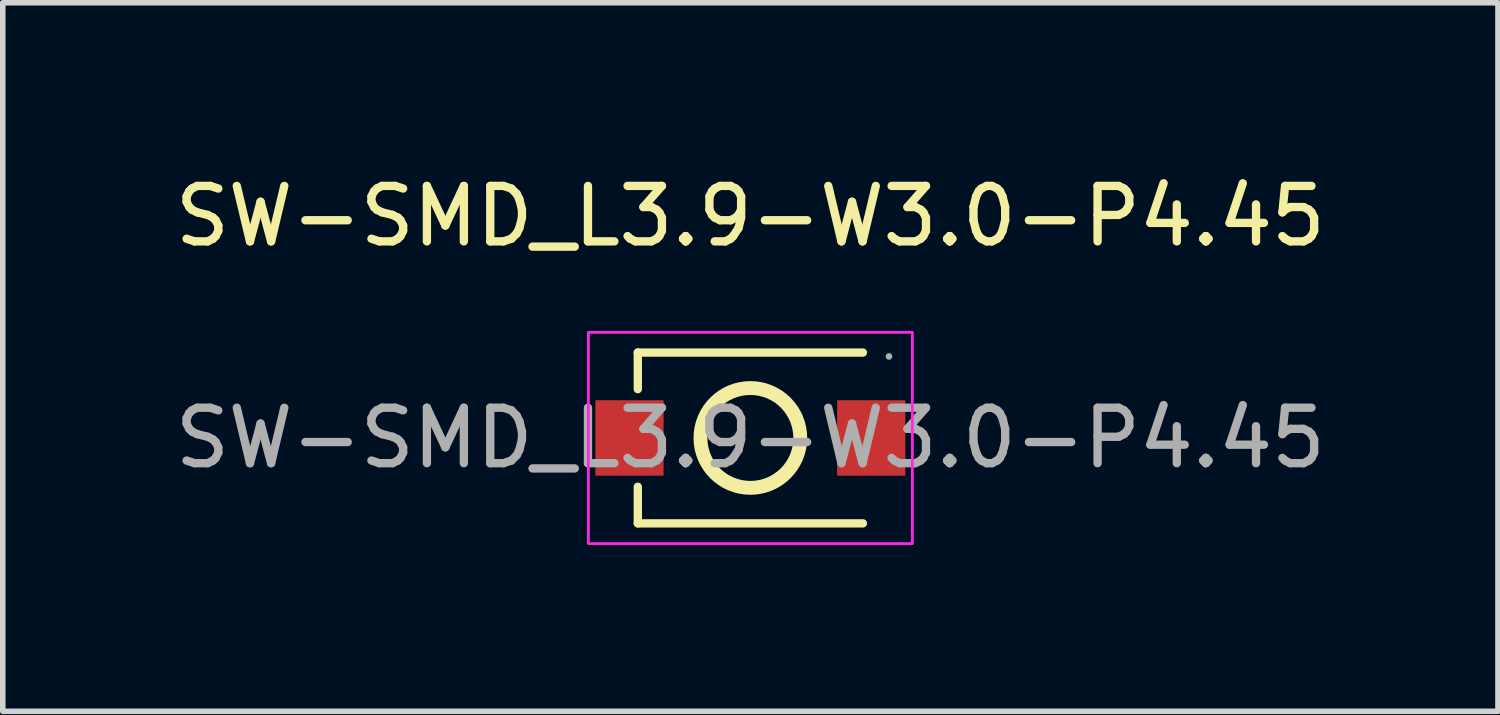
<source format=kicad_pcb>
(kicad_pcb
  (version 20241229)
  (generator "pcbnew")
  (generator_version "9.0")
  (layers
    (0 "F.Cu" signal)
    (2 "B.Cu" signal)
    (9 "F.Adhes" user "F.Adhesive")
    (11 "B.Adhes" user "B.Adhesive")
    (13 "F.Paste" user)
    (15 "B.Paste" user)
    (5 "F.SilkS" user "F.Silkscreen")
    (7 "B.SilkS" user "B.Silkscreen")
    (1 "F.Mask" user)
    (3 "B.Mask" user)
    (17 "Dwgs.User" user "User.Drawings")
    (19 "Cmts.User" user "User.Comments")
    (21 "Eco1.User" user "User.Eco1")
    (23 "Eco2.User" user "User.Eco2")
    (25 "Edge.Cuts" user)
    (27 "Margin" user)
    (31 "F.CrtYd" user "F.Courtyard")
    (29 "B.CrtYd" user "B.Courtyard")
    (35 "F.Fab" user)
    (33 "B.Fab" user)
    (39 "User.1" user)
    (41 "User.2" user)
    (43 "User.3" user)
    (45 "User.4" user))
  (footprint "SW-SMD_L3.9-W3.0-P4.45"
    (layer "F.Cu")
    (at 10.482 4.848)
    (property "Reference" "SW-SMD_L3.9-W3.0-P4.45" (at 0 -4 0) (layer "F.SilkS") (effects (font (size 1 1) (thickness 0.15))))
    (attr smd)
    (fp_line (start -2.03 -1.54) (end -2.03 -0.88) (stroke (width 0.15) (type solid)) (layer "F.SilkS"))
    (fp_line (start -2.03 1.54) (end -2.03 0.88) (stroke (width 0.15) (type solid)) (layer "F.SilkS"))
    (fp_line (start 2.03 -1.54) (end -2.03 -1.54) (stroke (width 0.15) (type solid)) (layer "F.SilkS"))
    (fp_line (start 2.03 1.54) (end -2.03 1.54) (stroke (width 0.15) (type solid)) (layer "F.SilkS"))
    (fp_circle (center 0 0) (end 0.9 0) (stroke (width 0.25) (type solid)) (fill no) (layer "F.SilkS"))
    (fp_rect (start -2.921 -1.905) (end 2.921 1.905) (stroke (width 0.05) (type default)) (fill no) (layer "F.CrtYd"))
    (fp_circle (center 2.5 -1.47) (end 2.53 -1.47) (stroke (width 0.06) (type solid)) (fill no) (layer "F.Fab"))
    (fp_text user "${REFERENCE}" (at 0 0 0) (layer "F.Fab") (effects (font (size 1 1) (thickness 0.15))))
    (pad "1" smd rect (at -2.18 0) (size 1.23 1.36) (layers "F.Cu" "F.Mask" "F.Paste"))
    (pad "2" smd rect (at 2.18 0) (size 1.23 1.36) (layers "F.Cu" "F.Mask" "F.Paste")))
  (gr_rect
    (start -3 -3)
    (end 23.964 9.778)
    (stroke (width 0.1) (type default))
    (fill no)
    (layer "Edge.Cuts")))
</source>
